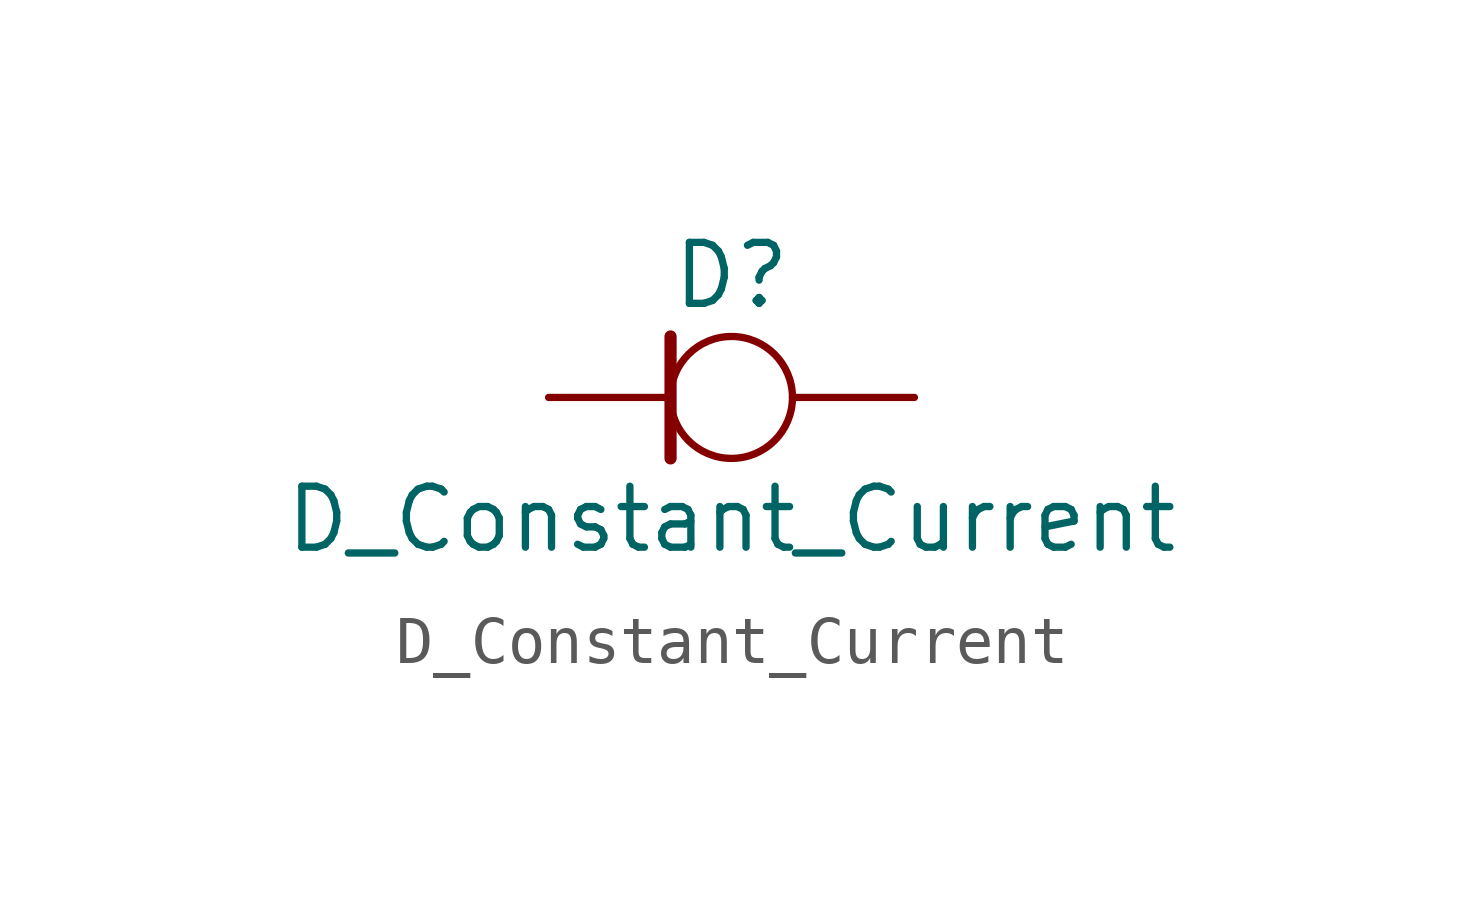
<source format=kicad_sym>
(kicad_symbol_lib
  (version 20220914)
  (generator kicad_symbol_editor)
  (symbol "D_Constant_Current"
    (pin_numbers hide)
    (pin_names
      (offset 1.016) hide)
    (property "Reference" "D"
      (at 0 2.54 0)
      (effects (font (size 1.27 1.27))))
    (property "Value" "D_Constant_Current"
      (at 0 -2.54 0)
      (effects (font (size 1.27 1.27))))
    (symbol "D_Constant_Current_0_1"
      (circle (center 0 0) (radius 1.27) (stroke (width 0) (type default)) (fill (type none)))
      (polyline (pts (xy -1.27 1.27) (xy -1.27 -1.27)) (stroke (width 0.254) (type default)) (fill (type none))))
    (symbol "D_Constant_Current_1_1"
      (pin passive line (at -3.81 0 0) (length 2.54) (name "K" (effects (font (size 1.27 1.27)))) (number "1" (effects (font (size 1.27 1.27)))))
      (pin passive line (at 3.81 0 180) (length 2.54) (name "A" (effects (font (size 1.27 1.27)))) (number "2" (effects (font (size 1.27 1.27))))))))
</source>
